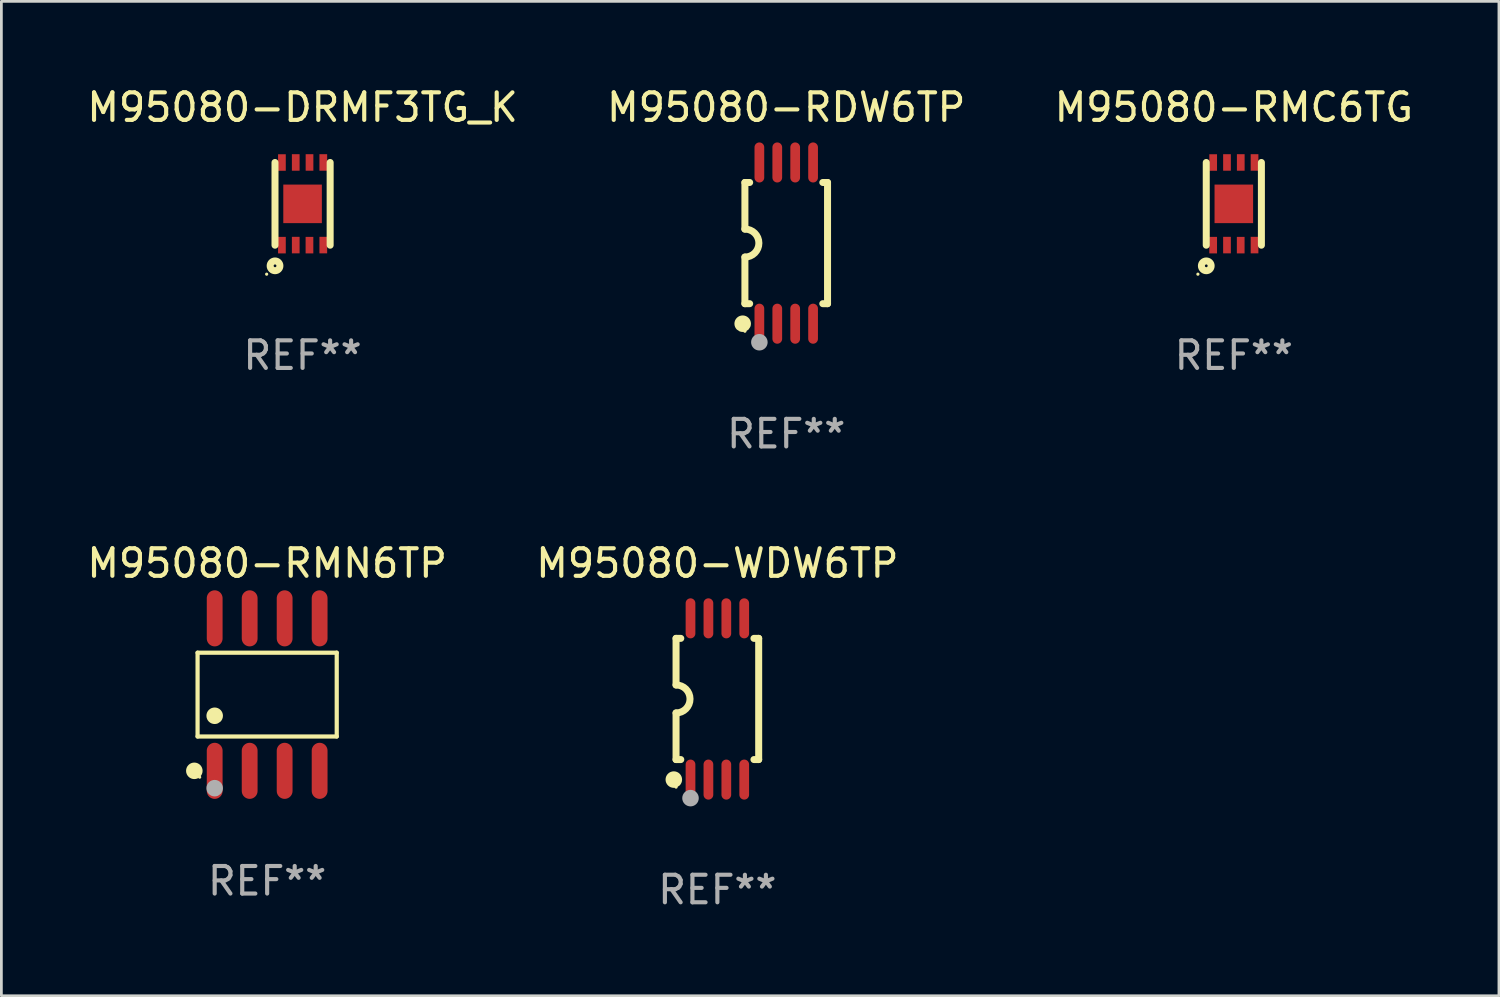
<source format=kicad_pcb>
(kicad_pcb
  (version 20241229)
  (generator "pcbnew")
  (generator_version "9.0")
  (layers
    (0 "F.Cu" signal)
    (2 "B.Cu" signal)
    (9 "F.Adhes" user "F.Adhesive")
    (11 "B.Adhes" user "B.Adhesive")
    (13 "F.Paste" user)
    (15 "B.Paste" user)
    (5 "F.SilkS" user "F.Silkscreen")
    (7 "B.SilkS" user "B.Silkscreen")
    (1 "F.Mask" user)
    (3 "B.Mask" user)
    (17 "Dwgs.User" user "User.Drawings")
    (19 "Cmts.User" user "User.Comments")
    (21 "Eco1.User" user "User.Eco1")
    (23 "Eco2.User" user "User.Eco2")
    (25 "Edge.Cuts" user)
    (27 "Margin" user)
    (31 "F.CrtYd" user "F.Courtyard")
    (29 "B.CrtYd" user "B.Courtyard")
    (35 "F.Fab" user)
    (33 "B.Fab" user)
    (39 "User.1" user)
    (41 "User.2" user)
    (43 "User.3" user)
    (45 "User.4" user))
  (footprint "M95080-RMC6TG"
    (layer "F.Cu")
    (at 41.744 4.35)
    (property "Reference" "M95080-RMC6TG" (at 0 -3.502 0) (layer "F.SilkS") (effects (font (size 1 1) (thickness 0.15))))
    (attr through_hole)
    (fp_line (start -1.001 1.502) (end -1.001 -1.501) (stroke (width 0.254) (type solid)) (layer "F.SilkS"))
    (fp_line (start 1.001 1.502) (end 1.001 -1.501) (stroke (width 0.254) (type solid)) (layer "F.SilkS"))
    (fp_circle (center -1.304 2.554) (end -1.274 2.554) (stroke (width 0.06) (type solid)) (fill no) (layer "F.SilkS"))
    (fp_circle (center -1 2.251) (end -0.823 2.251) (stroke (width 0.254) (type solid)) (fill no) (layer "F.SilkS"))
    (fp_text user "REF**" (at 0 5.502 0) (layer "F.Fab") (effects (font (size 1 1) (thickness 0.15))))
    (pad "1" smd rect (at -0.75 1.5 180) (size 0.28 0.6) (layers "F.Cu" "F.Mask" "F.Paste"))
    (pad "2" smd rect (at -0.248 1.498 180) (size 0.28 0.6) (layers "F.Cu" "F.Mask" "F.Paste"))
    (pad "3" smd rect (at 0.25 1.5 180) (size 0.28 0.6) (layers "F.Cu" "F.Mask" "F.Paste"))
    (pad "4" smd rect (at 0.752 1.498 180) (size 0.28 0.6) (layers "F.Cu" "F.Mask" "F.Paste"))
    (pad "5" smd rect (at 0.752 -1.502 180) (size 0.28 0.6) (layers "F.Cu" "F.Mask" "F.Paste"))
    (pad "6" smd rect (at 0.252 -1.502 180) (size 0.28 0.6) (layers "F.Cu" "F.Mask" "F.Paste"))
    (pad "7" smd rect (at -0.248 -1.502 180) (size 0.28 0.6) (layers "F.Cu" "F.Mask" "F.Paste"))
    (pad "8" smd rect (at -0.75 -1.5 180) (size 0.28 0.6) (layers "F.Cu" "F.Mask" "F.Paste"))
    (pad "9" smd rect (at 0.000051 0.001 270) (size 1.4 1.4) (layers "F.Cu" "F.Mask" "F.Paste")))
  (footprint "M95080-RMN6TP"
    (layer "F.Cu")
    (at 6.649 22.167)
    (property "Reference" "M95080-RMN6TP" (at 0 -4.768 0) (layer "F.SilkS") (effects (font (size 1 1) (thickness 0.15))))
    (attr through_hole)
    (fp_line (start -2.526 -1.521) (end 2.526 -1.521) (stroke (width 0.152) (type solid)) (layer "F.SilkS"))
    (fp_line (start -2.526 1.521) (end -2.526 -1.521) (stroke (width 0.152) (type solid)) (layer "F.SilkS"))
    (fp_line (start 2.526 -1.521) (end 2.526 1.521) (stroke (width 0.152) (type solid)) (layer "F.SilkS"))
    (fp_line (start 2.526 1.521) (end -2.526 1.521) (stroke (width 0.152) (type solid)) (layer "F.SilkS"))
    (fp_circle (center -2.644 2.768) (end -2.494 2.768) (stroke (width 0.3) (type solid)) (fill no) (layer "F.SilkS"))
    (fp_circle (center -2.45 2.998) (end -2.42 2.998) (stroke (width 0.06) (type solid)) (fill no) (layer "F.SilkS"))
    (fp_circle (center -1.905 0.769) (end -1.755 0.769) (stroke (width 0.3) (type solid)) (fill no) (layer "F.SilkS"))
    (fp_circle (center -1.905 3.398) (end -1.755 3.398) (stroke (width 0.3) (type solid)) (fill no) (layer "F.Fab"))
    (fp_text user "REF**" (at 0 6.768 0) (layer "F.Fab") (effects (font (size 1 1) (thickness 0.15))))
    (pad "1" smd oval (at -1.905 2.768) (size 0.574 2.036) (layers "F.Cu" "F.Mask" "F.Paste"))
    (pad "2" smd oval (at -0.635 2.768) (size 0.574 2.036) (layers "F.Cu" "F.Mask" "F.Paste"))
    (pad "3" smd oval (at 0.635 2.768) (size 0.574 2.036) (layers "F.Cu" "F.Mask" "F.Paste"))
    (pad "4" smd oval (at 1.905 2.768) (size 0.574 2.036) (layers "F.Cu" "F.Mask" "F.Paste"))
    (pad "5" smd oval (at 1.905 -2.768) (size 0.574 2.036) (layers "F.Cu" "F.Mask" "F.Paste"))
    (pad "6" smd oval (at 0.635 -2.768) (size 0.574 2.036) (layers "F.Cu" "F.Mask" "F.Paste"))
    (pad "7" smd oval (at -0.635 -2.768) (size 0.574 2.036) (layers "F.Cu" "F.Mask" "F.Paste"))
    (pad "8" smd oval (at -1.905 -2.768) (size 0.574 2.036) (layers "F.Cu" "F.Mask" "F.Paste")))
  (footprint "M95080-RDW6TP"
    (layer "F.Cu")
    (at 25.494 5.775)
    (property "Reference" "M95080-RDW6TP" (at 0 -4.927 0) (layer "F.SilkS") (effects (font (size 1 1) (thickness 0.15))))
    (attr through_hole)
    (fp_line (start -1.5 -2.2) (end -1.5 -0.508) (stroke (width 0.254) (type solid)) (layer "F.SilkS"))
    (fp_line (start -1.5 -2.2) (end -1.328 -2.2) (stroke (width 0.254) (type solid)) (layer "F.SilkS"))
    (fp_line (start -1.5 2.2) (end -1.5 0.508) (stroke (width 0.254) (type solid)) (layer "F.SilkS"))
    (fp_line (start -1.5 2.2) (end -1.328 2.2) (stroke (width 0.254) (type solid)) (layer "F.SilkS"))
    (fp_line (start 1.328 -2.2) (end 1.5 -2.2) (stroke (width 0.254) (type solid)) (layer "F.SilkS"))
    (fp_line (start 1.328 2.2) (end 1.5 2.2) (stroke (width 0.254) (type solid)) (layer "F.SilkS"))
    (fp_line (start 1.5 -2.2) (end 1.5 2.2) (stroke (width 0.254) (type solid)) (layer "F.SilkS"))
    (fp_arc (start -1.501144 -0.508) (mid -0.993143 -0.000571) (end -1.5 0.508001) (stroke (width 0.254001) (type solid)) (layer "F.SilkS"))
    (fp_circle (center -1.581 2.927) (end -1.431 2.927) (stroke (width 0.3) (type solid)) (fill no) (layer "F.SilkS"))
    (fp_circle (center -1.5 3.2) (end -1.47 3.2) (stroke (width 0.06) (type solid)) (fill no) (layer "F.SilkS"))
    (fp_circle (center -0.975 3.6) (end -0.825 3.6) (stroke (width 0.3) (type solid)) (fill no) (layer "F.Fab"))
    (fp_text user "REF**" (at 0 6.927 0) (layer "F.Fab") (effects (font (size 1 1) (thickness 0.15))))
    (pad "1" smd oval (at -0.975 2.927) (size 0.353 1.454) (layers "F.Cu" "F.Mask" "F.Paste"))
    (pad "2" smd oval (at -0.325 2.927) (size 0.353 1.454) (layers "F.Cu" "F.Mask" "F.Paste"))
    (pad "3" smd oval (at 0.325 2.927) (size 0.353 1.454) (layers "F.Cu" "F.Mask" "F.Paste"))
    (pad "4" smd oval (at 0.975 2.927) (size 0.353 1.454) (layers "F.Cu" "F.Mask" "F.Paste"))
    (pad "5" smd oval (at 0.975 -2.927) (size 0.353 1.454) (layers "F.Cu" "F.Mask" "F.Paste"))
    (pad "6" smd oval (at 0.325 -2.927) (size 0.353 1.454) (layers "F.Cu" "F.Mask" "F.Paste"))
    (pad "7" smd oval (at -0.325 -2.927) (size 0.353 1.454) (layers "F.Cu" "F.Mask" "F.Paste"))
    (pad "8" smd oval (at -0.975 -2.927) (size 0.353 1.454) (layers "F.Cu" "F.Mask" "F.Paste")))
  (footprint "M95080-DRMF3TG_K"
    (layer "F.Cu")
    (at 7.935 4.35)
    (property "Reference" "M95080-DRMF3TG_K" (at 0 -3.502 0) (layer "F.SilkS") (effects (font (size 1 1) (thickness 0.15))))
    (attr through_hole)
    (fp_line (start -1.001 1.502) (end -1.001 -1.501) (stroke (width 0.254) (type solid)) (layer "F.SilkS"))
    (fp_line (start 1.001 1.502) (end 1.001 -1.501) (stroke (width 0.254) (type solid)) (layer "F.SilkS"))
    (fp_circle (center -1.304 2.554) (end -1.274 2.554) (stroke (width 0.06) (type solid)) (fill no) (layer "F.SilkS"))
    (fp_circle (center -1 2.251) (end -0.823 2.251) (stroke (width 0.254) (type solid)) (fill no) (layer "F.SilkS"))
    (fp_text user "REF**" (at 0 5.502 0) (layer "F.Fab") (effects (font (size 1 1) (thickness 0.15))))
    (pad "1" smd rect (at -0.75 1.5 180) (size 0.28 0.6) (layers "F.Cu" "F.Mask" "F.Paste"))
    (pad "2" smd rect (at -0.248 1.498 180) (size 0.28 0.6) (layers "F.Cu" "F.Mask" "F.Paste"))
    (pad "3" smd rect (at 0.25 1.5 180) (size 0.28 0.6) (layers "F.Cu" "F.Mask" "F.Paste"))
    (pad "4" smd rect (at 0.752 1.498 180) (size 0.28 0.6) (layers "F.Cu" "F.Mask" "F.Paste"))
    (pad "5" smd rect (at 0.752 -1.502 180) (size 0.28 0.6) (layers "F.Cu" "F.Mask" "F.Paste"))
    (pad "6" smd rect (at 0.252 -1.502 180) (size 0.28 0.6) (layers "F.Cu" "F.Mask" "F.Paste"))
    (pad "7" smd rect (at -0.248 -1.502 180) (size 0.28 0.6) (layers "F.Cu" "F.Mask" "F.Paste"))
    (pad "8" smd rect (at -0.75 -1.5 180) (size 0.28 0.6) (layers "F.Cu" "F.Mask" "F.Paste"))
    (pad "9" smd rect (at 0.000051 0.001 270) (size 1.4 1.4) (layers "F.Cu" "F.Mask" "F.Paste")))
  (footprint "M95080-WDW6TP"
    (layer "F.Cu")
    (at 22.994 22.326)
    (property "Reference" "M95080-WDW6TP" (at 0 -4.927 0) (layer "F.SilkS") (effects (font (size 1 1) (thickness 0.15))))
    (attr through_hole)
    (fp_line (start -1.5 -2.2) (end -1.5 -0.508) (stroke (width 0.254) (type solid)) (layer "F.SilkS"))
    (fp_line (start -1.5 -2.2) (end -1.328 -2.2) (stroke (width 0.254) (type solid)) (layer "F.SilkS"))
    (fp_line (start -1.5 2.2) (end -1.5 0.508) (stroke (width 0.254) (type solid)) (layer "F.SilkS"))
    (fp_line (start -1.5 2.2) (end -1.328 2.2) (stroke (width 0.254) (type solid)) (layer "F.SilkS"))
    (fp_line (start 1.328 -2.2) (end 1.5 -2.2) (stroke (width 0.254) (type solid)) (layer "F.SilkS"))
    (fp_line (start 1.328 2.2) (end 1.5 2.2) (stroke (width 0.254) (type solid)) (layer "F.SilkS"))
    (fp_line (start 1.5 -2.2) (end 1.5 2.2) (stroke (width 0.254) (type solid)) (layer "F.SilkS"))
    (fp_arc (start -1.501144 -0.508) (mid -0.993143 -0.000571) (end -1.5 0.508001) (stroke (width 0.254001) (type solid)) (layer "F.SilkS"))
    (fp_circle (center -1.581 2.927) (end -1.431 2.927) (stroke (width 0.3) (type solid)) (fill no) (layer "F.SilkS"))
    (fp_circle (center -1.5 3.2) (end -1.47 3.2) (stroke (width 0.06) (type solid)) (fill no) (layer "F.SilkS"))
    (fp_circle (center -0.975 3.6) (end -0.825 3.6) (stroke (width 0.3) (type solid)) (fill no) (layer "F.Fab"))
    (fp_text user "REF**" (at 0 6.927 0) (layer "F.Fab") (effects (font (size 1 1) (thickness 0.15))))
    (pad "1" smd oval (at -0.975 2.927) (size 0.353 1.454) (layers "F.Cu" "F.Mask" "F.Paste"))
    (pad "2" smd oval (at -0.325 2.927) (size 0.353 1.454) (layers "F.Cu" "F.Mask" "F.Paste"))
    (pad "3" smd oval (at 0.325 2.927) (size 0.353 1.454) (layers "F.Cu" "F.Mask" "F.Paste"))
    (pad "4" smd oval (at 0.975 2.927) (size 0.353 1.454) (layers "F.Cu" "F.Mask" "F.Paste"))
    (pad "5" smd oval (at 0.975 -2.927) (size 0.353 1.454) (layers "F.Cu" "F.Mask" "F.Paste"))
    (pad "6" smd oval (at 0.325 -2.927) (size 0.353 1.454) (layers "F.Cu" "F.Mask" "F.Paste"))
    (pad "7" smd oval (at -0.325 -2.927) (size 0.353 1.454) (layers "F.Cu" "F.Mask" "F.Paste"))
    (pad "8" smd oval (at -0.975 -2.927) (size 0.353 1.454) (layers "F.Cu" "F.Mask" "F.Paste")))
  (gr_rect
    (start -3 -3)
    (end 51.369 33.101)
    (stroke (width 0.1) (type default))
    (fill no)
    (layer "Edge.Cuts")))
</source>
